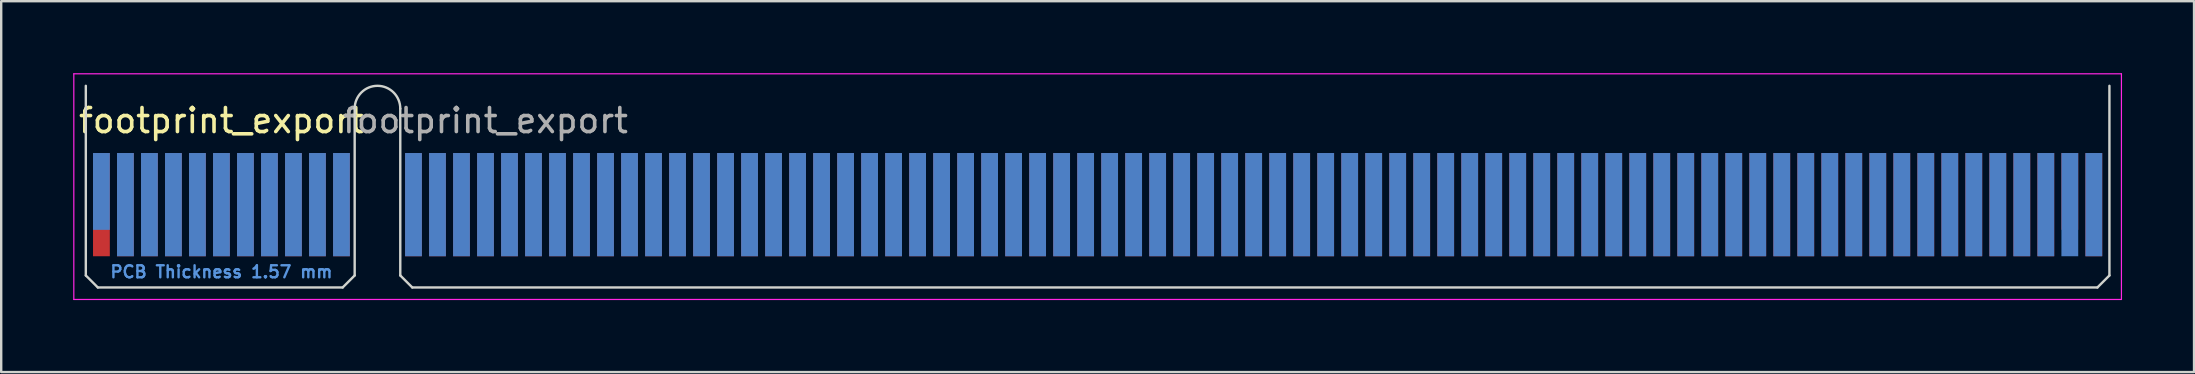
<source format=kicad_pcb>
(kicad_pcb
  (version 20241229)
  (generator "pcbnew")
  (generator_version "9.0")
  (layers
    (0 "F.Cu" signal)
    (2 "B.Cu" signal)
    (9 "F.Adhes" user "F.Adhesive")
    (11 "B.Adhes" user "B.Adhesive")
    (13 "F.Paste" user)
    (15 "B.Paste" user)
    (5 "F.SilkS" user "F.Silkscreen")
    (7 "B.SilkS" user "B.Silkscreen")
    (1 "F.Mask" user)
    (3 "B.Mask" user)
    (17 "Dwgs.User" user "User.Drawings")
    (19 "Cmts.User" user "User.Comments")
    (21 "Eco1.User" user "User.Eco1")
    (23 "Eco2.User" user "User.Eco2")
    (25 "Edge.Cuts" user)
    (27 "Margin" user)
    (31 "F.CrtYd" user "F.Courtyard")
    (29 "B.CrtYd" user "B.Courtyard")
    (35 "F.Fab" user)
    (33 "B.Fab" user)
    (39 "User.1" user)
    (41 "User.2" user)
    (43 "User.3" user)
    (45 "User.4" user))
  (footprint "footprint_export"
    (layer "F.Cu")
    (at 1.175 5.475)
    (property "Reference" "footprint_export" (at 5 -3.5 0) (layer "F.SilkS") (effects (font (size 1 1) (thickness 0.15))))
    (attr exclude_from_pos_files exclude_from_bom)
    (fp_line (start -0.65 -4.95) (end -0.65 2.95) (stroke (width 0.1) (type solid)) (layer "Edge.Cuts"))
    (fp_line (start -0.65 2.95) (end -0.15 3.45) (stroke (width 0.1) (type solid)) (layer "Edge.Cuts"))
    (fp_line (start -0.15 3.45) (end 10.05 3.45) (stroke (width 0.1) (type solid)) (layer "Edge.Cuts"))
    (fp_line (start 10.55 -4) (end 10.55 2.95) (stroke (width 0.1) (type solid)) (layer "Edge.Cuts"))
    (fp_line (start 10.55 2.95) (end 10.05 3.45) (stroke (width 0.1) (type solid)) (layer "Edge.Cuts"))
    (fp_line (start 12.45 -4) (end 12.45 2.95) (stroke (width 0.1) (type solid)) (layer "Edge.Cuts"))
    (fp_line (start 12.45 2.95) (end 12.95 3.45) (stroke (width 0.1) (type solid)) (layer "Edge.Cuts"))
    (fp_line (start 12.95 3.45) (end 83.15 3.45) (stroke (width 0.1) (type solid)) (layer "Edge.Cuts"))
    (fp_line (start 83.65 -4.95) (end 83.65 2.95) (stroke (width 0.1) (type solid)) (layer "Edge.Cuts"))
    (fp_line (start 83.65 2.95) (end 83.15 3.45) (stroke (width 0.1) (type solid)) (layer "Edge.Cuts"))
    (fp_arc (start 10.55 -4) (mid 11.5 -4.95) (end 12.45 -4) (stroke (width 0.1) (type solid)) (layer "Edge.Cuts"))
    (fp_line (start -1.15 -5.45) (end -1.15 3.95) (stroke (width 0.05) (type solid)) (layer "F.CrtYd"))
    (fp_line (start -1.15 -5.45) (end 84.15 -5.45) (stroke (width 0.05) (type solid)) (layer "F.CrtYd"))
    (fp_line (start 84.15 3.95) (end -1.15 3.95) (stroke (width 0.05) (type solid)) (layer "F.CrtYd"))
    (fp_line (start 84.15 3.95) (end 84.15 -5.45) (stroke (width 0.05) (type solid)) (layer "F.CrtYd"))
    (fp_text user "PCB Thickness 1.57 mm" (at 5 2.8 180) (layer "Cmts.User") (effects (font (size 0.5 0.5) (thickness 0.1))))
    (fp_text user "${REFERENCE}" (at 16 -3.5 0) (layer "F.Fab") (effects (font (size 1 1) (thickness 0.15))))
    (pad "A1" connect rect (at 0 -0.55) (size 0.7 3.2) (layers "B.Cu" "B.Mask"))
    (pad "A2" connect rect (at 1 0) (size 0.7 4.3) (layers "B.Cu" "B.Mask"))
    (pad "A3" connect rect (at 2 0) (size 0.7 4.3) (layers "B.Cu" "B.Mask"))
    (pad "A4" connect rect (at 3 0) (size 0.7 4.3) (layers "B.Cu" "B.Mask"))
    (pad "A5" connect rect (at 4 0) (size 0.7 4.3) (layers "B.Cu" "B.Mask"))
    (pad "A6" connect rect (at 5 0) (size 0.7 4.3) (layers "B.Cu" "B.Mask"))
    (pad "A7" connect rect (at 6 0) (size 0.7 4.3) (layers "B.Cu" "B.Mask"))
    (pad "A8" connect rect (at 7 0) (size 0.7 4.3) (layers "B.Cu" "B.Mask"))
    (pad "A9" connect rect (at 8 0) (size 0.7 4.3) (layers "B.Cu" "B.Mask"))
    (pad "A10" connect rect (at 9 0) (size 0.7 4.3) (layers "B.Cu" "B.Mask"))
    (pad "A11" connect rect (at 10 0) (size 0.7 4.3) (layers "B.Cu" "B.Mask"))
    (pad "A12" connect rect (at 13 0) (size 0.7 4.3) (layers "B.Cu" "B.Mask"))
    (pad "A13" connect rect (at 14 0) (size 0.7 4.3) (layers "B.Cu" "B.Mask"))
    (pad "A14" connect rect (at 15 0) (size 0.7 4.3) (layers "B.Cu" "B.Mask"))
    (pad "A15" connect rect (at 16 0) (size 0.7 4.3) (layers "B.Cu" "B.Mask"))
    (pad "A16" connect rect (at 17 0) (size 0.7 4.3) (layers "B.Cu" "B.Mask"))
    (pad "A17" connect rect (at 18 0) (size 0.7 4.3) (layers "B.Cu" "B.Mask"))
    (pad "A18" connect rect (at 19 0) (size 0.7 4.3) (layers "B.Cu" "B.Mask"))
    (pad "A19" connect rect (at 20 0) (size 0.7 4.3) (layers "B.Cu" "B.Mask"))
    (pad "A20" connect rect (at 21 0) (size 0.7 4.3) (layers "B.Cu" "B.Mask"))
    (pad "A21" connect rect (at 22 0) (size 0.7 4.3) (layers "B.Cu" "B.Mask"))
    (pad "A22" connect rect (at 23 0) (size 0.7 4.3) (layers "B.Cu" "B.Mask"))
    (pad "A23" connect rect (at 24 0) (size 0.7 4.3) (layers "B.Cu" "B.Mask"))
    (pad "A24" connect rect (at 25 0) (size 0.7 4.3) (layers "B.Cu" "B.Mask"))
    (pad "A25" connect rect (at 26 0) (size 0.7 4.3) (layers "B.Cu" "B.Mask"))
    (pad "A26" connect rect (at 27 0) (size 0.7 4.3) (layers "B.Cu" "B.Mask"))
    (pad "A27" connect rect (at 28 0) (size 0.7 4.3) (layers "B.Cu" "B.Mask"))
    (pad "A28" connect rect (at 29 0) (size 0.7 4.3) (layers "B.Cu" "B.Mask"))
    (pad "A29" connect rect (at 30 0) (size 0.7 4.3) (layers "B.Cu" "B.Mask"))
    (pad "A30" connect rect (at 31 0) (size 0.7 4.3) (layers "B.Cu" "B.Mask"))
    (pad "A31" connect rect (at 32 0) (size 0.7 4.3) (layers "B.Cu" "B.Mask"))
    (pad "A32" connect rect (at 33 0) (size 0.7 4.3) (layers "B.Cu" "B.Mask"))
    (pad "A33" connect rect (at 34 0) (size 0.7 4.3) (layers "B.Cu" "B.Mask"))
    (pad "A34" connect rect (at 35 0) (size 0.7 4.3) (layers "B.Cu" "B.Mask"))
    (pad "A35" connect rect (at 36 0) (size 0.7 4.3) (layers "B.Cu" "B.Mask"))
    (pad "A36" connect rect (at 37 0) (size 0.7 4.3) (layers "B.Cu" "B.Mask"))
    (pad "A37" connect rect (at 38 0) (size 0.7 4.3) (layers "B.Cu" "B.Mask"))
    (pad "A38" connect rect (at 39 0) (size 0.7 4.3) (layers "B.Cu" "B.Mask"))
    (pad "A39" connect rect (at 40 0) (size 0.7 4.3) (layers "B.Cu" "B.Mask"))
    (pad "A40" connect rect (at 41 0) (size 0.7 4.3) (layers "B.Cu" "B.Mask"))
    (pad "A41" connect rect (at 42 0) (size 0.7 4.3) (layers "B.Cu" "B.Mask"))
    (pad "A42" connect rect (at 43 0) (size 0.7 4.3) (layers "B.Cu" "B.Mask"))
    (pad "A43" connect rect (at 44 0) (size 0.7 4.3) (layers "B.Cu" "B.Mask"))
    (pad "A44" connect rect (at 45 0) (size 0.7 4.3) (layers "B.Cu" "B.Mask"))
    (pad "A45" connect rect (at 46 0) (size 0.7 4.3) (layers "B.Cu" "B.Mask"))
    (pad "A46" connect rect (at 47 0) (size 0.7 4.3) (layers "B.Cu" "B.Mask"))
    (pad "A47" connect rect (at 48 0) (size 0.7 4.3) (layers "B.Cu" "B.Mask"))
    (pad "A48" connect rect (at 49 0) (size 0.7 4.3) (layers "B.Cu" "B.Mask"))
    (pad "A49" connect rect (at 50 0) (size 0.7 4.3) (layers "B.Cu" "B.Mask"))
    (pad "A50" connect rect (at 51 0) (size 0.7 4.3) (layers "B.Cu" "B.Mask"))
    (pad "A51" connect rect (at 52 0) (size 0.7 4.3) (layers "B.Cu" "B.Mask"))
    (pad "A52" connect rect (at 53 0) (size 0.7 4.3) (layers "B.Cu" "B.Mask"))
    (pad "A53" connect rect (at 54 0) (size 0.7 4.3) (layers "B.Cu" "B.Mask"))
    (pad "A54" connect rect (at 55 0) (size 0.7 4.3) (layers "B.Cu" "B.Mask"))
    (pad "A55" connect rect (at 56 0) (size 0.7 4.3) (layers "B.Cu" "B.Mask"))
    (pad "A56" connect rect (at 57 0) (size 0.7 4.3) (layers "B.Cu" "B.Mask"))
    (pad "A57" connect rect (at 58 0) (size 0.7 4.3) (layers "B.Cu" "B.Mask"))
    (pad "A58" connect rect (at 59 0) (size 0.7 4.3) (layers "B.Cu" "B.Mask"))
    (pad "A59" connect rect (at 60 0) (size 0.7 4.3) (layers "B.Cu" "B.Mask"))
    (pad "A60" connect rect (at 61 0) (size 0.7 4.3) (layers "B.Cu" "B.Mask"))
    (pad "A61" connect rect (at 62 0) (size 0.7 4.3) (layers "B.Cu" "B.Mask"))
    (pad "A62" connect rect (at 63 0) (size 0.7 4.3) (layers "B.Cu" "B.Mask"))
    (pad "A63" connect rect (at 64 0) (size 0.7 4.3) (layers "B.Cu" "B.Mask"))
    (pad "A64" connect rect (at 65 0) (size 0.7 4.3) (layers "B.Cu" "B.Mask"))
    (pad "A65" connect rect (at 66 0) (size 0.7 4.3) (layers "B.Cu" "B.Mask"))
    (pad "A66" connect rect (at 67 0) (size 0.7 4.3) (layers "B.Cu" "B.Mask"))
    (pad "A67" connect rect (at 68 0) (size 0.7 4.3) (layers "B.Cu" "B.Mask"))
    (pad "A68" connect rect (at 69 0) (size 0.7 4.3) (layers "B.Cu" "B.Mask"))
    (pad "A69" connect rect (at 70 0) (size 0.7 4.3) (layers "B.Cu" "B.Mask"))
    (pad "A70" connect rect (at 71 0) (size 0.7 4.3) (layers "B.Cu" "B.Mask"))
    (pad "A71" connect rect (at 72 0) (size 0.7 4.3) (layers "B.Cu" "B.Mask"))
    (pad "A72" connect rect (at 73 0) (size 0.7 4.3) (layers "B.Cu" "B.Mask"))
    (pad "A73" connect rect (at 74 0) (size 0.7 4.3) (layers "B.Cu" "B.Mask"))
    (pad "A74" connect rect (at 75 0) (size 0.7 4.3) (layers "B.Cu" "B.Mask"))
    (pad "A75" connect rect (at 76 0) (size 0.7 4.3) (layers "B.Cu" "B.Mask"))
    (pad "A76" connect rect (at 77 0) (size 0.7 4.3) (layers "B.Cu" "B.Mask"))
    (pad "A77" connect rect (at 78 0) (size 0.7 4.3) (layers "B.Cu" "B.Mask"))
    (pad "A78" connect rect (at 79 0) (size 0.7 4.3) (layers "B.Cu" "B.Mask"))
    (pad "A79" connect rect (at 80 0) (size 0.7 4.3) (layers "B.Cu" "B.Mask"))
    (pad "A80" connect rect (at 81 0) (size 0.7 4.3) (layers "B.Cu" "B.Mask"))
    (pad "A81" connect rect (at 82 0) (size 0.7 4.3) (layers "B.Cu" "B.Mask"))
    (pad "A82" connect rect (at 83 0) (size 0.7 4.3) (layers "B.Cu" "B.Mask"))
    (pad "B1" connect rect (at 0 0) (size 0.7 4.3) (layers "F.Cu" "F.Mask"))
    (pad "B2" connect rect (at 1 0) (size 0.7 4.3) (layers "F.Cu" "F.Mask"))
    (pad "B3" connect rect (at 2 0) (size 0.7 4.3) (layers "F.Cu" "F.Mask"))
    (pad "B4" connect rect (at 3 0) (size 0.7 4.3) (layers "F.Cu" "F.Mask"))
    (pad "B5" connect rect (at 4 0) (size 0.7 4.3) (layers "F.Cu" "F.Mask"))
    (pad "B6" connect rect (at 5 0) (size 0.7 4.3) (layers "F.Cu" "F.Mask"))
    (pad "B7" connect rect (at 6 0) (size 0.7 4.3) (layers "F.Cu" "F.Mask"))
    (pad "B8" connect rect (at 7 0) (size 0.7 4.3) (layers "F.Cu" "F.Mask"))
    (pad "B9" connect rect (at 8 0) (size 0.7 4.3) (layers "F.Cu" "F.Mask"))
    (pad "B10" connect rect (at 9 0) (size 0.7 4.3) (layers "F.Cu" "F.Mask"))
    (pad "B11" connect rect (at 10 0) (size 0.7 4.3) (layers "F.Cu" "F.Mask"))
    (pad "B12" connect rect (at 13 0) (size 0.7 4.3) (layers "F.Cu" "F.Mask"))
    (pad "B13" connect rect (at 14 0) (size 0.7 4.3) (layers "F.Cu" "F.Mask"))
    (pad "B14" connect rect (at 15 0) (size 0.7 4.3) (layers "F.Cu" "F.Mask"))
    (pad "B15" connect rect (at 16 0) (size 0.7 4.3) (layers "F.Cu" "F.Mask"))
    (pad "B16" connect rect (at 17 0) (size 0.7 4.3) (layers "F.Cu" "F.Mask"))
    (pad "B17" connect rect (at 18 0) (size 0.7 4.3) (layers "F.Cu" "F.Mask"))
    (pad "B18" connect rect (at 19 0) (size 0.7 4.3) (layers "F.Cu" "F.Mask"))
    (pad "B19" connect rect (at 20 0) (size 0.7 4.3) (layers "F.Cu" "F.Mask"))
    (pad "B20" connect rect (at 21 0) (size 0.7 4.3) (layers "F.Cu" "F.Mask"))
    (pad "B21" connect rect (at 22 0) (size 0.7 4.3) (layers "F.Cu" "F.Mask"))
    (pad "B22" connect rect (at 23 0) (size 0.7 4.3) (layers "F.Cu" "F.Mask"))
    (pad "B23" connect rect (at 24 0) (size 0.7 4.3) (layers "F.Cu" "F.Mask"))
    (pad "B24" connect rect (at 25 0) (size 0.7 4.3) (layers "F.Cu" "F.Mask"))
    (pad "B25" connect rect (at 26 0) (size 0.7 4.3) (layers "F.Cu" "F.Mask"))
    (pad "B26" connect rect (at 27 0) (size 0.7 4.3) (layers "F.Cu" "F.Mask"))
    (pad "B27" connect rect (at 28 0) (size 0.7 4.3) (layers "F.Cu" "F.Mask"))
    (pad "B28" connect rect (at 29 0) (size 0.7 4.3) (layers "F.Cu" "F.Mask"))
    (pad "B29" connect rect (at 30 0) (size 0.7 4.3) (layers "F.Cu" "F.Mask"))
    (pad "B30" connect rect (at 31 0) (size 0.7 4.3) (layers "F.Cu" "F.Mask"))
    (pad "B31" connect rect (at 32 0) (size 0.7 4.3) (layers "F.Cu" "F.Mask"))
    (pad "B32" connect rect (at 33 0) (size 0.7 4.3) (layers "F.Cu" "F.Mask"))
    (pad "B33" connect rect (at 34 0) (size 0.7 4.3) (layers "F.Cu" "F.Mask"))
    (pad "B34" connect rect (at 35 0) (size 0.7 4.3) (layers "F.Cu" "F.Mask"))
    (pad "B35" connect rect (at 36 0) (size 0.7 4.3) (layers "F.Cu" "F.Mask"))
    (pad "B36" connect rect (at 37 0) (size 0.7 4.3) (layers "F.Cu" "F.Mask"))
    (pad "B37" connect rect (at 38 0) (size 0.7 4.3) (layers "F.Cu" "F.Mask"))
    (pad "B38" connect rect (at 39 0) (size 0.7 4.3) (layers "F.Cu" "F.Mask"))
    (pad "B39" connect rect (at 40 0) (size 0.7 4.3) (layers "F.Cu" "F.Mask"))
    (pad "B40" connect rect (at 41 0) (size 0.7 4.3) (layers "F.Cu" "F.Mask"))
    (pad "B41" connect rect (at 42 0) (size 0.7 4.3) (layers "F.Cu" "F.Mask"))
    (pad "B42" connect rect (at 43 0) (size 0.7 4.3) (layers "F.Cu" "F.Mask"))
    (pad "B43" connect rect (at 44 0) (size 0.7 4.3) (layers "F.Cu" "F.Mask"))
    (pad "B44" connect rect (at 45 0) (size 0.7 4.3) (layers "F.Cu" "F.Mask"))
    (pad "B45" connect rect (at 46 0) (size 0.7 4.3) (layers "F.Cu" "F.Mask"))
    (pad "B46" connect rect (at 47 0) (size 0.7 4.3) (layers "F.Cu" "F.Mask"))
    (pad "B47" connect rect (at 48 0) (size 0.7 4.3) (layers "F.Cu" "F.Mask"))
    (pad "B48" connect rect (at 49 0) (size 0.7 4.3) (layers "F.Cu" "F.Mask"))
    (pad "B49" connect rect (at 50 0) (size 0.7 4.3) (layers "F.Cu" "F.Mask"))
    (pad "B50" connect rect (at 51 0) (size 0.7 4.3) (layers "F.Cu" "F.Mask"))
    (pad "B51" connect rect (at 52 0) (size 0.7 4.3) (layers "F.Cu" "F.Mask"))
    (pad "B52" connect rect (at 53 0) (size 0.7 4.3) (layers "F.Cu" "F.Mask"))
    (pad "B53" connect rect (at 54 0) (size 0.7 4.3) (layers "F.Cu" "F.Mask"))
    (pad "B54" connect rect (at 55 0) (size 0.7 4.3) (layers "F.Cu" "F.Mask"))
    (pad "B55" connect rect (at 56 0) (size 0.7 4.3) (layers "F.Cu" "F.Mask"))
    (pad "B56" connect rect (at 57 0) (size 0.7 4.3) (layers "F.Cu" "F.Mask"))
    (pad "B57" connect rect (at 58 0) (size 0.7 4.3) (layers "F.Cu" "F.Mask"))
    (pad "B58" connect rect (at 59 0) (size 0.7 4.3) (layers "F.Cu" "F.Mask"))
    (pad "B59" connect rect (at 60 0) (size 0.7 4.3) (layers "F.Cu" "F.Mask"))
    (pad "B60" connect rect (at 61 0) (size 0.7 4.3) (layers "F.Cu" "F.Mask"))
    (pad "B61" connect rect (at 62 0) (size 0.7 4.3) (layers "F.Cu" "F.Mask"))
    (pad "B62" connect rect (at 63 0) (size 0.7 4.3) (layers "F.Cu" "F.Mask"))
    (pad "B63" connect rect (at 64 0) (size 0.7 4.3) (layers "F.Cu" "F.Mask"))
    (pad "B64" connect rect (at 65 0) (size 0.7 4.3) (layers "F.Cu" "F.Mask"))
    (pad "B65" connect rect (at 66 0) (size 0.7 4.3) (layers "F.Cu" "F.Mask"))
    (pad "B66" connect rect (at 67 0) (size 0.7 4.3) (layers "F.Cu" "F.Mask"))
    (pad "B67" connect rect (at 68 0) (size 0.7 4.3) (layers "F.Cu" "F.Mask"))
    (pad "B68" connect rect (at 69 0) (size 0.7 4.3) (layers "F.Cu" "F.Mask"))
    (pad "B69" connect rect (at 70 0) (size 0.7 4.3) (layers "F.Cu" "F.Mask"))
    (pad "B70" connect rect (at 71 0) (size 0.7 4.3) (layers "F.Cu" "F.Mask"))
    (pad "B71" connect rect (at 72 0) (size 0.7 4.3) (layers "F.Cu" "F.Mask"))
    (pad "B72" connect rect (at 73 0) (size 0.7 4.3) (layers "F.Cu" "F.Mask"))
    (pad "B73" connect rect (at 74 0) (size 0.7 4.3) (layers "F.Cu" "F.Mask"))
    (pad "B74" connect rect (at 75 0) (size 0.7 4.3) (layers "F.Cu" "F.Mask"))
    (pad "B75" connect rect (at 76 0) (size 0.7 4.3) (layers "F.Cu" "F.Mask"))
    (pad "B76" connect rect (at 77 0) (size 0.7 4.3) (layers "F.Cu" "F.Mask"))
    (pad "B77" connect rect (at 78 0) (size 0.7 4.3) (layers "F.Cu" "F.Mask"))
    (pad "B78" connect rect (at 79 0) (size 0.7 4.3) (layers "F.Cu" "F.Mask"))
    (pad "B79" connect rect (at 80 0) (size 0.7 4.3) (layers "F.Cu" "F.Mask"))
    (pad "B80" connect rect (at 81 0) (size 0.7 4.3) (layers "F.Cu" "F.Mask"))
    (pad "B81" connect rect (at 82 -0.55) (size 0.7 3.2) (layers "F.Cu" "F.Mask"))
    (pad "B82" connect rect (at 83 0) (size 0.7 4.3) (layers "F.Cu" "F.Mask")))
  (gr_rect
    (start -3 -3)
    (end 88.35 12.45)
    (stroke (width 0.1) (type default))
    (fill no)
    (layer "Edge.Cuts")))
</source>
